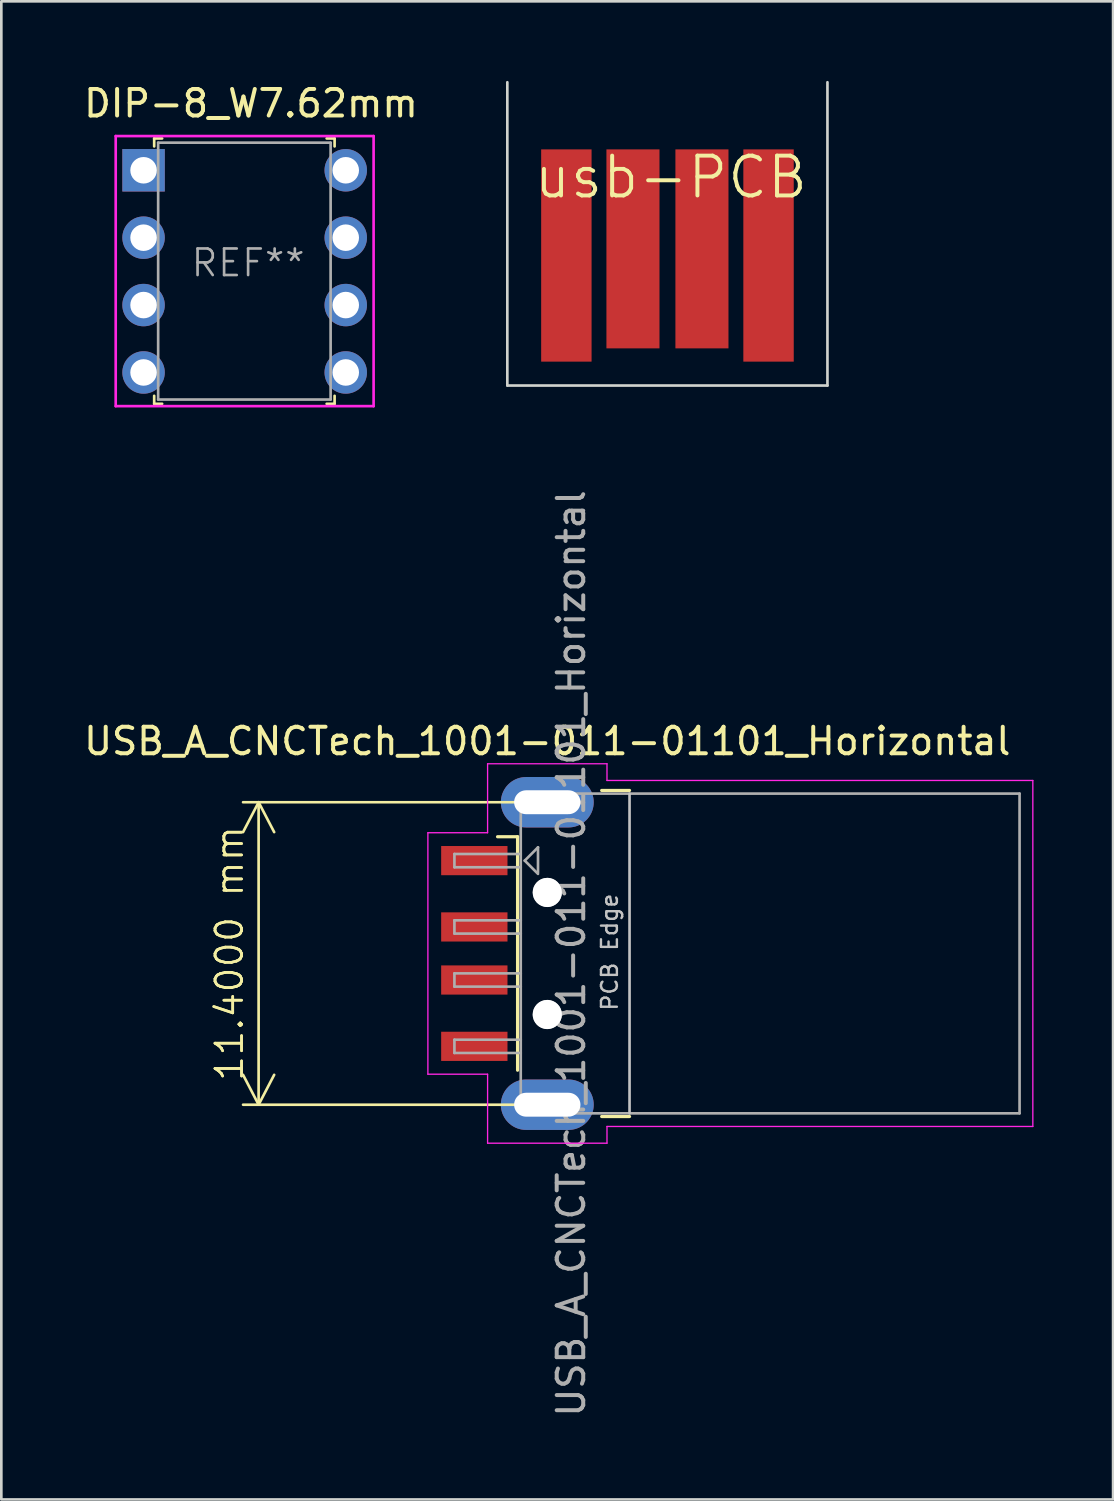
<source format=kicad_pcb>
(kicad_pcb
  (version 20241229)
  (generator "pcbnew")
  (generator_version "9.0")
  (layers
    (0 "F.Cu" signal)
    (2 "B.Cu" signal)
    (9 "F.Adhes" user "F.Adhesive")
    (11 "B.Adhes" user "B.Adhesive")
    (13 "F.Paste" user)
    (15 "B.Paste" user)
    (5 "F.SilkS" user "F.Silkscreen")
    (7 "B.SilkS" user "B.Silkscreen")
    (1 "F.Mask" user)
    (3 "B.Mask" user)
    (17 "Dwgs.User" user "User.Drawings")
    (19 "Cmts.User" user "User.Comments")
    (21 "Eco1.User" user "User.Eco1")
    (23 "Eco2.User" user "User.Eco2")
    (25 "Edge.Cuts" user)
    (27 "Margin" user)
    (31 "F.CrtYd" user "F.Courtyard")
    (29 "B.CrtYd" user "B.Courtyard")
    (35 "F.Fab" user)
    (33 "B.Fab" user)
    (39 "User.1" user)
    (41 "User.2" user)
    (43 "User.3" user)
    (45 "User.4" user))
  (footprint "DIP-8_W7.62mm"
    (layer "F.Cu")
    (at 2.361 3.368)
    (property "Reference" "DIP-8_W7.62mm" (at 4.05 -2.52 0) (layer "F.SilkS") (effects (font (size 1 1) (thickness 0.15))))
    (attr through_hole)
    (fp_line (start 0.4 -1.2) (end 0.7 -1.2) (stroke (width 0.1) (type solid)) (layer "F.SilkS"))
    (fp_line (start 0.4 -0.9) (end 0.4 -1.2) (stroke (width 0.1) (type solid)) (layer "F.SilkS"))
    (fp_line (start 0.4 8.5) (end 0.4 8.8) (stroke (width 0.1) (type solid)) (layer "F.SilkS"))
    (fp_line (start 0.4 8.8) (end 0.7 8.8) (stroke (width 0.1) (type solid)) (layer "F.SilkS"))
    (fp_line (start 7.2 -1.2) (end 6.9 -1.2) (stroke (width 0.1) (type solid)) (layer "F.SilkS"))
    (fp_line (start 7.2 -0.9) (end 7.2 -1.2) (stroke (width 0.1) (type solid)) (layer "F.SilkS"))
    (fp_line (start 7.2 8.5) (end 7.2 8.8) (stroke (width 0.1) (type solid)) (layer "F.SilkS"))
    (fp_line (start 7.2 8.8) (end 6.9 8.8) (stroke (width 0.1) (type solid)) (layer "F.SilkS"))
    (fp_line (start -1.05 -1.29) (end -1.05 8.89) (stroke (width 0.1) (type solid)) (layer "F.CrtYd"))
    (fp_line (start -1.05 -1.29) (end 8.67 -1.29) (stroke (width 0.1) (type solid)) (layer "F.CrtYd"))
    (fp_line (start -1.05 8.89) (end 8.67 8.89) (stroke (width 0.1) (type solid)) (layer "F.CrtYd"))
    (fp_line (start 8.67 -1.29) (end 8.67 8.89) (stroke (width 0.1) (type solid)) (layer "F.CrtYd"))
    (fp_line (start 0.55 -1.04) (end 0.55 8.64) (stroke (width 0.1) (type solid)) (layer "F.Fab"))
    (fp_line (start 0.55 -1.04) (end 7.05 -1.04) (stroke (width 0.1) (type solid)) (layer "F.Fab"))
    (fp_line (start 0.55 8.64) (end 7.05 8.64) (stroke (width 0.1) (type solid)) (layer "F.Fab"))
    (fp_line (start 7.05 -1.04) (end 7.05 8.64) (stroke (width 0.1) (type solid)) (layer "F.Fab"))
    (fp_text user "REF**" (at 3.94 3.49 0) (layer "F.Fab") (effects (font (size 1 1) (thickness 0.1))))
    (pad "1" thru_hole rect (at 0 0) (size 1.6 1.6) (drill 1) (layers "*.Cu" "*.Mask"))
    (pad "2" thru_hole circle (at 0 2.54) (size 1.6 1.6) (drill 1) (layers "*.Cu" "*.Mask"))
    (pad "3" thru_hole circle (at 0 5.08) (size 1.6 1.6) (drill 1) (layers "*.Cu" "*.Mask"))
    (pad "4" thru_hole circle (at 0 7.62) (size 1.6 1.6) (drill 1) (layers "*.Cu" "*.Mask"))
    (pad "5" thru_hole circle (at 7.62 7.62) (size 1.6 1.6) (drill 1) (layers "*.Cu" "*.Mask"))
    (pad "6" thru_hole circle (at 7.62 5.08) (size 1.6 1.6) (drill 1) (layers "*.Cu" "*.Mask"))
    (pad "7" thru_hole circle (at 7.62 2.54) (size 1.6 1.6) (drill 1) (layers "*.Cu" "*.Mask"))
    (pad "8" thru_hole circle (at 7.62 0) (size 1.6 1.6) (drill 1) (layers "*.Cu" "*.Mask")))
  (footprint "USB_A_CNCTech_1001-011-01101_Horizontal"
    (layer "F.Cu")
    (at 24.477 32.886)
    (property "Reference" "USB_A_CNCTech_1001-011-01101_Horizontal" (at -6.9 -8 0) (layer "F.SilkS") (effects (font (size 1 1) (thickness 0.15))))
    (attr smd)
    (fp_line (start -8.02 -4.4) (end -8.775 -4.4) (stroke (width 0.12) (type solid)) (layer "F.SilkS"))
    (fp_line (start -8.02 -4.4) (end -8.02 4.4) (stroke (width 0.12) (type solid)) (layer "F.SilkS"))
    (fp_line (start -4.85 -6.145) (end -3.8 -6.145) (stroke (width 0.12) (type solid)) (layer "F.SilkS"))
    (fp_line (start -4.85 6.145) (end -3.8 6.145) (stroke (width 0.12) (type solid)) (layer "F.SilkS"))
    (fp_line (start -3.8 6.025) (end -3.8 -6.025) (stroke (width 0.1) (type solid)) (layer "Dwgs.User"))
    (fp_line (start -11.4 -4.55) (end -9.15 -4.55) (stroke (width 0.05) (type solid)) (layer "F.CrtYd"))
    (fp_line (start -11.4 4.55) (end -11.4 -4.55) (stroke (width 0.05) (type solid)) (layer "F.CrtYd"))
    (fp_line (start -11.4 4.55) (end -9.15 4.55) (stroke (width 0.05) (type solid)) (layer "F.CrtYd"))
    (fp_line (start -9.15 -7.15) (end -9.15 -4.55) (stroke (width 0.05) (type solid)) (layer "F.CrtYd"))
    (fp_line (start -9.15 -7.15) (end -4.65 -7.15) (stroke (width 0.05) (type solid)) (layer "F.CrtYd"))
    (fp_line (start -9.15 4.55) (end -9.15 7.15) (stroke (width 0.05) (type solid)) (layer "F.CrtYd"))
    (fp_line (start -9.15 7.15) (end -4.65 7.15) (stroke (width 0.05) (type solid)) (layer "F.CrtYd"))
    (fp_line (start -4.65 -6.52) (end -4.65 -7.15) (stroke (width 0.05) (type solid)) (layer "F.CrtYd"))
    (fp_line (start -4.65 -6.52) (end 11.4 -6.52) (stroke (width 0.05) (type solid)) (layer "F.CrtYd"))
    (fp_line (start -4.65 6.52) (end 11.4 6.52) (stroke (width 0.05) (type solid)) (layer "F.CrtYd"))
    (fp_line (start -4.65 7.15) (end -4.65 6.52) (stroke (width 0.05) (type solid)) (layer "F.CrtYd"))
    (fp_line (start 11.4 6.52) (end 11.4 -6.52) (stroke (width 0.05) (type solid)) (layer "F.CrtYd"))
    (fp_line (start -10.4 -3.75) (end -7.9 -3.75) (stroke (width 0.1) (type solid)) (layer "F.Fab"))
    (fp_line (start -10.4 -3.25) (end -10.4 -3.75) (stroke (width 0.1) (type solid)) (layer "F.Fab"))
    (fp_line (start -10.4 -3.25) (end -7.9 -3.25) (stroke (width 0.1) (type solid)) (layer "F.Fab"))
    (fp_line (start -10.4 -1.25) (end -7.9 -1.25) (stroke (width 0.1) (type solid)) (layer "F.Fab"))
    (fp_line (start -10.4 -0.75) (end -10.4 -1.25) (stroke (width 0.1) (type solid)) (layer "F.Fab"))
    (fp_line (start -10.4 -0.75) (end -7.9 -0.75) (stroke (width 0.1) (type solid)) (layer "F.Fab"))
    (fp_line (start -10.4 0.75) (end -7.9 0.75) (stroke (width 0.1) (type solid)) (layer "F.Fab"))
    (fp_line (start -10.4 1.25) (end -10.4 0.75) (stroke (width 0.1) (type solid)) (layer "F.Fab"))
    (fp_line (start -10.4 1.25) (end -7.9 1.25) (stroke (width 0.1) (type solid)) (layer "F.Fab"))
    (fp_line (start -10.4 3.25) (end -7.9 3.25) (stroke (width 0.1) (type solid)) (layer "F.Fab"))
    (fp_line (start -10.4 3.75) (end -10.4 3.25) (stroke (width 0.1) (type solid)) (layer "F.Fab"))
    (fp_line (start -10.4 3.75) (end -7.9 3.75) (stroke (width 0.1) (type solid)) (layer "F.Fab"))
    (fp_line (start -7.9 -6.025) (end 10.9 -6.025) (stroke (width 0.1) (type solid)) (layer "F.Fab"))
    (fp_line (start -7.9 6.025) (end -7.9 -6.025) (stroke (width 0.1) (type solid)) (layer "F.Fab"))
    (fp_line (start -7.9 6.025) (end 10.9 6.025) (stroke (width 0.1) (type solid)) (layer "F.Fab"))
    (fp_line (start -7.75 -3.5) (end -7.25 -4) (stroke (width 0.1) (type solid)) (layer "F.Fab"))
    (fp_line (start -7.75 -3.5) (end -7.25 -3) (stroke (width 0.1) (type solid)) (layer "F.Fab"))
    (fp_line (start -7.25 -4) (end -7.25 -3.05) (stroke (width 0.1) (type solid)) (layer "F.Fab"))
    (fp_line (start 10.9 6.025) (end 10.9 -6.025) (stroke (width 0.1) (type solid)) (layer "F.Fab"))
    (fp_circle (center -6.9 -2.3) (end -6.9 -2.8) (stroke (width 0.1) (type solid)) (fill no) (layer "F.Fab"))
    (fp_circle (center -6.9 2.3) (end -6.9 2.8) (stroke (width 0.1) (type solid)) (fill no) (layer "F.Fab"))
    (fp_text user "PCB Edge" (at -4.55 -0.05 90) (layer "Dwgs.User") (effects (font (size 0.6 0.6) (thickness 0.09))))
    (fp_text user "${REFERENCE}" (at -6 0 90) (layer "F.Fab") (effects (font (size 1 1) (thickness 0.15))))
    (dimension (type aligned) (layer "F.SilkS") (pts (xy 17.577 38.586) (xy 17.577 27.186)) (height -10.88) (format (prefix "") (suffix "") (units 3) (units_format 1) (precision 4)) (style (thickness 0.1) (arrow_length 1.27) (text_position_mode 0) (arrow_direction outward) (extension_height 0.586) (extension_offset 0.5) (keep_text_aligned yes)) (gr_text "11.4000 mm" (at 5.597 32.886 90) (layer "F.SilkS") (effects (font (size 1 1) (thickness 0.1)))))
    (pad "" np_thru_hole circle (at -6.9 -2.3) (size 1.1 1.1) (drill 1.1) (layers "*.Cu" "*.Mask"))
    (pad "" np_thru_hole circle (at -6.9 2.3) (size 1.1 1.1) (drill 1.1) (layers "*.Cu" "*.Mask"))
    (pad "1" smd rect (at -9.65 -3.5) (size 2.5 1.1) (layers "F.Cu" "F.Mask" "F.Paste"))
    (pad "2" smd rect (at -9.65 -1) (size 2.5 1.1) (layers "F.Cu" "F.Mask" "F.Paste"))
    (pad "3" smd rect (at -9.65 1) (size 2.5 1.1) (layers "F.Cu" "F.Mask" "F.Paste"))
    (pad "4" smd rect (at -9.65 3.5) (size 2.5 1.1) (layers "F.Cu" "F.Mask" "F.Paste"))
    (pad "5" thru_hole oval (at -6.9 -5.7) (size 3.5 1.9) (drill oval 2.5 0.9) (layers "*.Cu" "*.Mask"))
    (pad "5" thru_hole oval (at -6.9 5.7) (size 3.5 1.9) (drill oval 2.5 0.9) (layers "*.Cu" "*.Mask")))
  (footprint "usb-PCB"
    (layer "F.Cu")
    (at 16.071 11.48)
    (property "Reference" "usb-PCB" (at 6.165 -7.85 0) (layer "F.SilkS") (effects (font (size 1.5 1.5) (thickness 0.15))))
    (attr exclude_from_pos_files exclude_from_bom)
    (fp_line (start 0 0) (end 0 -11.43) (stroke (width 0.1) (type default)) (layer "Edge.Cuts"))
    (fp_line (start 0 0) (end 12.065 0) (stroke (width 0.1) (type default)) (layer "Edge.Cuts"))
    (fp_line (start 12.065 0) (end 12.065 -11.43) (stroke (width 0.1) (type default)) (layer "Edge.Cuts"))
    (pad "1" connect rect (at 9.845 -4.9) (size 1.9 8) (layers "F.Cu" "F.Mask"))
    (pad "2" connect rect (at 7.335 -5.15) (size 2 7.5) (layers "F.Cu" "F.Mask"))
    (pad "3" connect rect (at 4.735 -5.15) (size 2 7.5) (layers "F.Cu" "F.Mask"))
    (pad "4" connect rect (at 2.225 -4.9) (size 1.9 8) (layers "F.Cu" "F.Mask")))
  (gr_rect
    (start -3 -3)
    (end 38.902 53.463)
    (stroke (width 0.1) (type default))
    (fill no)
    (layer "Edge.Cuts")))
</source>
